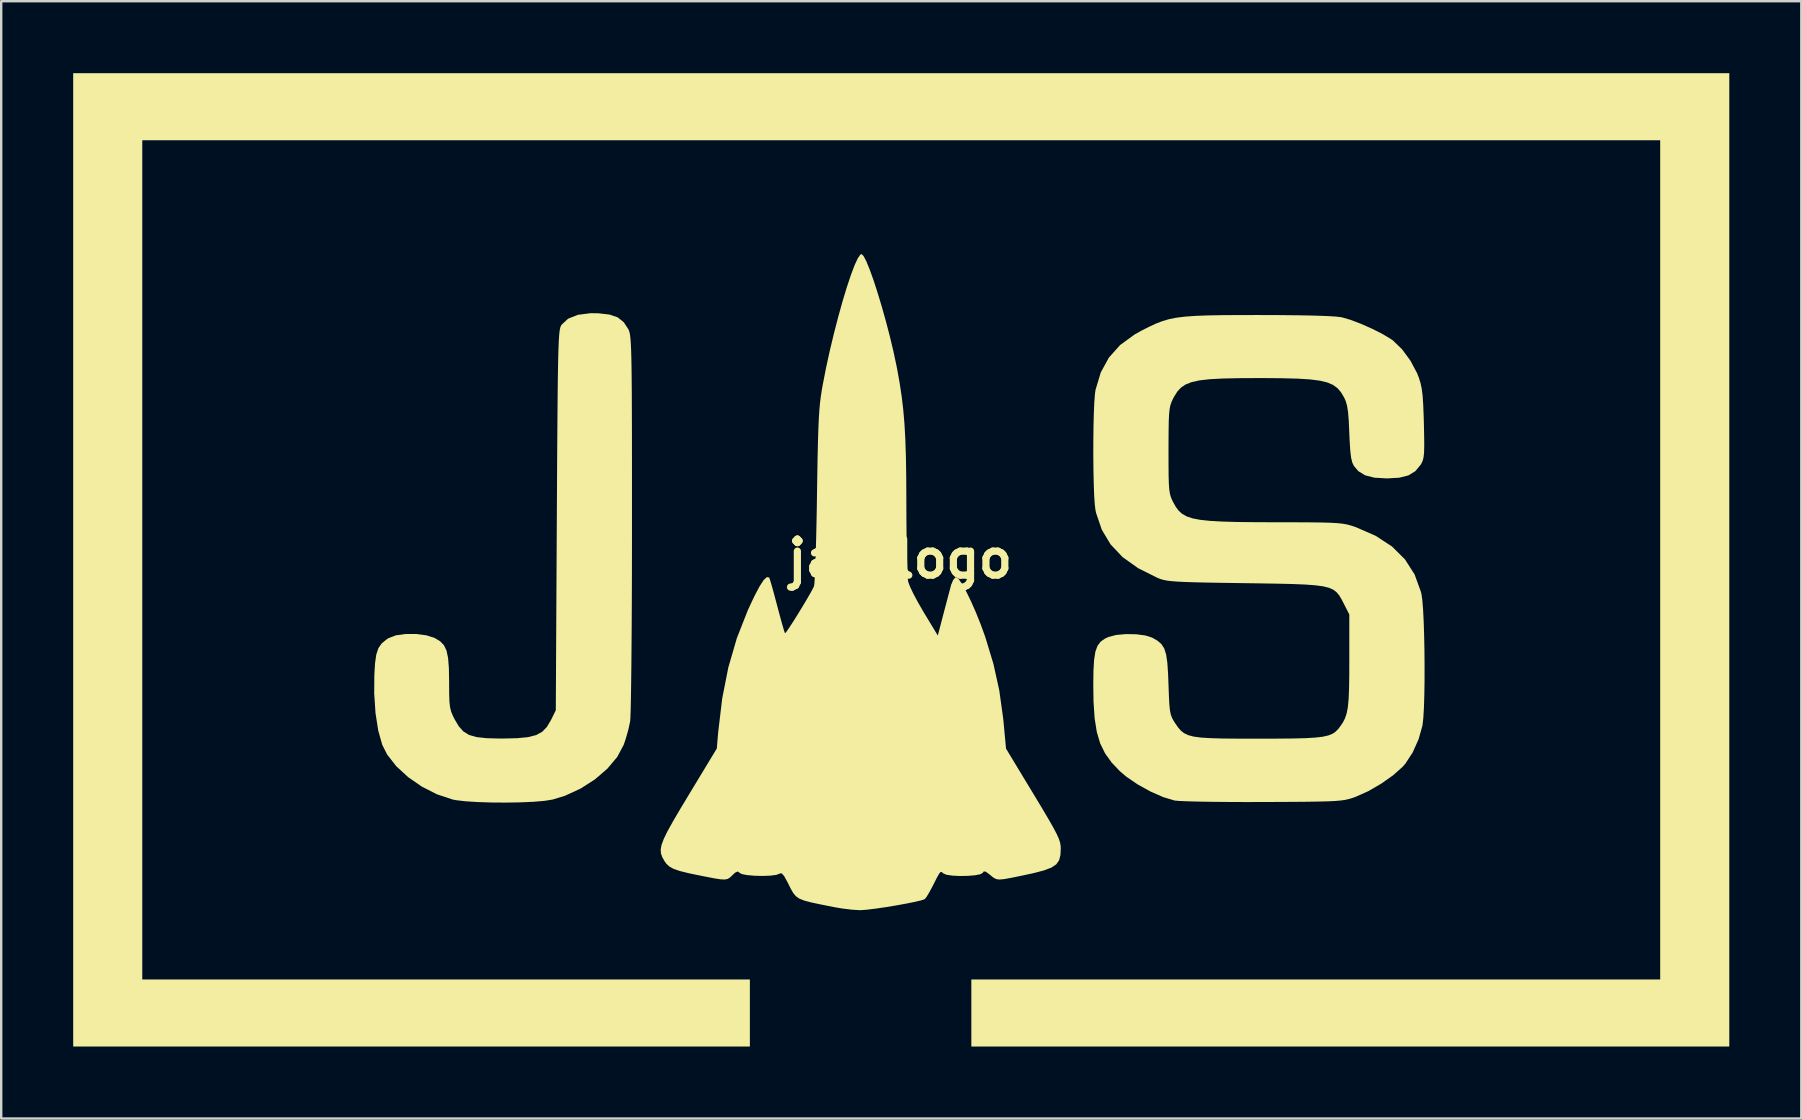
<source format=kicad_pcb>
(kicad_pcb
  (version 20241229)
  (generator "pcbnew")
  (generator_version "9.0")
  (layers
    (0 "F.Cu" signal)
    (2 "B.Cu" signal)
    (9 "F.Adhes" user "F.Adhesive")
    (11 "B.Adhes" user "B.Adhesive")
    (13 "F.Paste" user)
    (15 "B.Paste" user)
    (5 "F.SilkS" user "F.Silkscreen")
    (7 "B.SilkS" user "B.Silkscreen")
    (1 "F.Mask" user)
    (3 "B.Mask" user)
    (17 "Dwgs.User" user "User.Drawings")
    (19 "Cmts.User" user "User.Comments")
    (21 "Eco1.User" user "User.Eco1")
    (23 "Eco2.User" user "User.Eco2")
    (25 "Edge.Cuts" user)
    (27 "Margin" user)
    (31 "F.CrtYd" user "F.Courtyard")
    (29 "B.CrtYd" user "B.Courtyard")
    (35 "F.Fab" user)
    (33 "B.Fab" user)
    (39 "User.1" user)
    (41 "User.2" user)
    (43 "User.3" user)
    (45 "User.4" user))
  (footprint "jas_logo"
    (layer "F.Cu")
    (at 34.459 20.235)
    (property "Reference" "jas_logo" (at 0 0 0) (layer "F.SilkS") (effects (font (size 1.5 1.5) (thickness 0.3))))
    (attr board_only exclude_from_pos_files exclude_from_bom)
    (fp_poly (pts (xy 34.544 0.042) (xy 34.544 20.32) (xy 18.754 20.32) (xy 2.963 20.32) (xy 2.963 18.923) (xy 2.963 17.526) (xy 17.314 17.526) (xy 31.665 17.526) (xy 31.665 0.042) (xy 31.665 -17.441) (xy 0.042 -17.441) (xy -31.581 -17.441) (xy -31.581 0.042) (xy -31.581 17.526) (xy -18.923 17.526) (xy -6.265 17.526) (xy -6.265 18.923) (xy -6.265 20.32) (xy -20.362 20.32) (xy -34.459 20.32) (xy -34.459 0.042) (xy -34.459 -20.235) (xy 0.042 -20.235) (xy 34.544 -20.235)) (stroke (width 0) (type solid)) (fill yes) (layer "F.SilkS"))
    (fp_poly (pts (xy -12.582 -10.232) (xy -12.113 -10.178) (xy -11.771 -10.061) (xy -11.519 -9.859) (xy -11.324 -9.561) (xy -11.299 -9.503) (xy -11.277 -9.427) (xy -11.257 -9.323) (xy -11.241 -9.18) (xy -11.226 -8.987) (xy -11.214 -8.734) (xy -11.204 -8.411) (xy -11.196 -8.007) (xy -11.19 -7.511) (xy -11.185 -6.914) (xy -11.182 -6.203) (xy -11.179 -5.37) (xy -11.178 -4.403) (xy -11.177 -3.292) (xy -11.177 -2.026) (xy -11.177 -1.482) (xy -11.178 -0.337) (xy -11.18 0.768) (xy -11.184 1.818) (xy -11.189 2.803) (xy -11.196 3.709) (xy -11.203 4.522) (xy -11.212 5.232) (xy -11.221 5.824) (xy -11.231 6.286) (xy -11.242 6.605) (xy -11.253 6.768) (xy -11.254 6.773) (xy -11.33 7.123) (xy -11.443 7.518) (xy -11.521 7.747) (xy -11.79 8.252) (xy -12.199 8.739) (xy -12.718 9.187) (xy -13.318 9.572) (xy -13.968 9.871) (xy -14.487 10.03) (xy -14.819 10.083) (xy -15.28 10.122) (xy -15.829 10.146) (xy -16.427 10.156) (xy -17.034 10.152) (xy -17.611 10.133) (xy -18.117 10.101) (xy -18.514 10.054) (xy -18.657 10.026) (xy -19.306 9.809) (xy -19.933 9.49) (xy -20.507 9.092) (xy -20.999 8.639) (xy -21.377 8.155) (xy -21.581 7.751) (xy -21.75 7.153) (xy -21.863 6.427) (xy -21.917 5.608) (xy -21.912 4.857) (xy -21.883 4.355) (xy -21.831 3.988) (xy -21.743 3.722) (xy -21.606 3.524) (xy -21.406 3.36) (xy -21.31 3.298) (xy -21.009 3.186) (xy -20.608 3.13) (xy -20.165 3.13) (xy -19.741 3.187) (xy -19.394 3.299) (xy -19.379 3.307) (xy -19.166 3.438) (xy -19.011 3.6) (xy -18.905 3.82) (xy -18.84 4.126) (xy -18.806 4.543) (xy -18.796 5.1) (xy -18.796 5.152) (xy -18.794 5.61) (xy -18.783 5.938) (xy -18.758 6.175) (xy -18.712 6.363) (xy -18.64 6.54) (xy -18.563 6.692) (xy -18.391 6.98) (xy -18.202 7.191) (xy -17.967 7.336) (xy -17.657 7.426) (xy -17.243 7.472) (xy -16.696 7.487) (xy -16.552 7.487) (xy -15.96 7.473) (xy -15.509 7.429) (xy -15.17 7.343) (xy -14.918 7.206) (xy -14.724 7.006) (xy -14.561 6.733) (xy -14.55 6.713) (xy -14.351 6.308) (xy -14.309 -1.609) (xy -14.301 -2.947) (xy -14.295 -4.127) (xy -14.288 -5.158) (xy -14.281 -6.051) (xy -14.274 -6.816) (xy -14.267 -7.463) (xy -14.258 -8.004) (xy -14.249 -8.447) (xy -14.238 -8.805) (xy -14.226 -9.086) (xy -14.212 -9.302) (xy -14.196 -9.463) (xy -14.178 -9.579) (xy -14.157 -9.66) (xy -14.133 -9.717) (xy -14.111 -9.753) (xy -13.84 -10.005) (xy -13.435 -10.167) (xy -12.908 -10.235)) (stroke (width 0) (type solid)) (fill yes) (layer "F.SilkS"))
    (fp_poly (pts (xy -1.53 -12.621) (xy -1.413 -12.399) (xy -1.272 -12.054) (xy -1.112 -11.609) (xy -0.942 -11.084) (xy -0.766 -10.502) (xy -0.593 -9.884) (xy -0.428 -9.251) (xy -0.279 -8.625) (xy -0.152 -8.027) (xy -0.124 -7.885) (xy -0.022 -7.314) (xy 0.061 -6.766) (xy 0.126 -6.214) (xy 0.176 -5.631) (xy 0.212 -4.991) (xy 0.236 -4.266) (xy 0.25 -3.43) (xy 0.255 -2.455) (xy 0.255 -2.286) (xy 0.258 -1.584) (xy 0.265 -0.924) (xy 0.275 -0.328) (xy 0.288 0.183) (xy 0.303 0.585) (xy 0.32 0.856) (xy 0.333 0.959) (xy 0.406 1.155) (xy 0.549 1.455) (xy 0.743 1.818) (xy 0.967 2.206) (xy 0.987 2.24) (xy 1.566 3.195) (xy 1.79 2.338) (xy 1.896 1.935) (xy 1.997 1.551) (xy 2.079 1.243) (xy 2.111 1.122) (xy 2.201 0.887) (xy 2.303 0.769) (xy 2.331 0.762) (xy 2.432 0.838) (xy 2.577 1.049) (xy 2.754 1.37) (xy 2.952 1.776) (xy 3.158 2.244) (xy 3.36 2.748) (xy 3.546 3.264) (xy 3.546 3.264) (xy 3.884 4.38) (xy 4.126 5.477) (xy 4.288 6.636) (xy 4.314 6.896) (xy 4.408 7.907) (xy 5.548 9.791) (xy 5.899 10.373) (xy 6.17 10.831) (xy 6.372 11.184) (xy 6.514 11.454) (xy 6.607 11.659) (xy 6.66 11.82) (xy 6.684 11.957) (xy 6.689 12.064) (xy 6.675 12.343) (xy 6.62 12.56) (xy 6.502 12.728) (xy 6.3 12.864) (xy 5.991 12.981) (xy 5.556 13.095) (xy 5.045 13.205) (xy 4.623 13.291) (xy 4.331 13.344) (xy 4.135 13.362) (xy 4.001 13.344) (xy 3.893 13.289) (xy 3.777 13.196) (xy 3.741 13.166) (xy 3.571 13.038) (xy 3.481 13.022) (xy 3.441 13.081) (xy 3.338 13.142) (xy 3.113 13.185) (xy 2.812 13.209) (xy 2.484 13.214) (xy 2.174 13.199) (xy 1.928 13.163) (xy 1.796 13.108) (xy 1.735 13.052) (xy 1.685 13.046) (xy 1.623 13.115) (xy 1.528 13.284) (xy 1.38 13.577) (xy 1.367 13.604) (xy 1.223 13.874) (xy 1.1 14.08) (xy 1.022 14.178) (xy 1.022 14.178) (xy 0.878 14.229) (xy 0.604 14.294) (xy 0.238 14.367) (xy -0.182 14.443) (xy -0.618 14.515) (xy -1.033 14.575) (xy -1.388 14.618) (xy -1.645 14.638) (xy -1.693 14.638) (xy -2.031 14.616) (xy -2.435 14.566) (xy -2.752 14.511) (xy -3.297 14.403) (xy -3.703 14.317) (xy -3.996 14.24) (xy -4.202 14.158) (xy -4.348 14.056) (xy -4.46 13.922) (xy -4.563 13.74) (xy -4.684 13.497) (xy -4.696 13.473) (xy -4.838 13.215) (xy -4.941 13.101) (xy -5.018 13.112) (xy -5.019 13.113) (xy -5.158 13.167) (xy -5.413 13.2) (xy -5.735 13.212) (xy -6.073 13.204) (xy -6.378 13.177) (xy -6.601 13.133) (xy -6.682 13.089) (xy -6.769 13.026) (xy -6.877 13.074) (xy -6.985 13.173) (xy -7.087 13.272) (xy -7.183 13.334) (xy -7.303 13.361) (xy -7.481 13.353) (xy -7.75 13.311) (xy -8.141 13.236) (xy -8.307 13.203) (xy -8.815 13.098) (xy -9.185 13.006) (xy -9.446 12.916) (xy -9.625 12.816) (xy -9.752 12.694) (xy -9.831 12.58) (xy -9.918 12.422) (xy -9.97 12.271) (xy -9.981 12.106) (xy -9.943 11.91) (xy -9.85 11.663) (xy -9.695 11.346) (xy -9.47 10.941) (xy -9.169 10.428) (xy -8.817 9.843) (xy -7.642 7.902) (xy -7.586 7.232) (xy -7.418 5.821) (xy -7.162 4.523) (xy -6.807 3.303) (xy -6.343 2.124) (xy -6.081 1.565) (xy -5.861 1.146) (xy -5.687 0.88) (xy -5.555 0.76) (xy -5.461 0.776) (xy -5.428 0.867) (xy -5.361 1.09) (xy -5.27 1.416) (xy -5.164 1.814) (xy -5.131 1.939) (xy -5.021 2.351) (xy -4.925 2.701) (xy -4.85 2.958) (xy -4.806 3.091) (xy -4.801 3.102) (xy -4.748 3.046) (xy -4.63 2.877) (xy -4.465 2.623) (xy -4.273 2.317) (xy -4.073 1.99) (xy -3.884 1.673) (xy -3.726 1.399) (xy -3.618 1.197) (xy -3.593 1.143) (xy -3.576 1.024) (xy -3.558 0.755) (xy -3.54 0.353) (xy -3.522 -0.163) (xy -3.505 -0.774) (xy -3.489 -1.462) (xy -3.475 -2.208) (xy -3.469 -2.625) (xy -3.455 -3.527) (xy -3.442 -4.28) (xy -3.427 -4.903) (xy -3.411 -5.417) (xy -3.392 -5.84) (xy -3.369 -6.194) (xy -3.342 -6.498) (xy -3.308 -6.772) (xy -3.267 -7.035) (xy -3.231 -7.239) (xy -3.094 -7.942) (xy -2.937 -8.661) (xy -2.766 -9.376) (xy -2.587 -10.069) (xy -2.406 -10.72) (xy -2.227 -11.31) (xy -2.058 -11.82) (xy -1.903 -12.231) (xy -1.768 -12.524) (xy -1.659 -12.679) (xy -1.616 -12.7)) (stroke (width 0) (type solid)) (fill yes) (layer "F.SilkS"))
    (fp_poly (pts (xy 15.806 -10.156) (xy 16.586 -10.148) (xy 17.246 -10.135) (xy 17.775 -10.117) (xy 18.158 -10.094) (xy 18.385 -10.067) (xy 18.39 -10.066) (xy 18.753 -9.962) (xy 19.197 -9.793) (xy 19.667 -9.585) (xy 20.104 -9.363) (xy 20.451 -9.154) (xy 20.528 -9.099) (xy 20.908 -8.734) (xy 21.257 -8.259) (xy 21.536 -7.735) (xy 21.604 -7.563) (xy 21.674 -7.343) (xy 21.726 -7.105) (xy 21.764 -6.815) (xy 21.79 -6.441) (xy 21.81 -5.948) (xy 21.819 -5.63) (xy 21.83 -5.099) (xy 21.834 -4.708) (xy 21.826 -4.429) (xy 21.806 -4.233) (xy 21.771 -4.093) (xy 21.719 -3.979) (xy 21.683 -3.92) (xy 21.461 -3.652) (xy 21.172 -3.476) (xy 20.787 -3.38) (xy 20.278 -3.351) (xy 19.759 -3.382) (xy 19.371 -3.48) (xy 19.084 -3.657) (xy 18.903 -3.871) (xy 18.837 -4.008) (xy 18.788 -4.207) (xy 18.752 -4.497) (xy 18.726 -4.909) (xy 18.711 -5.245) (xy 18.689 -5.744) (xy 18.66 -6.108) (xy 18.619 -6.373) (xy 18.562 -6.574) (xy 18.494 -6.726) (xy 18.367 -6.938) (xy 18.221 -7.11) (xy 18.036 -7.246) (xy 17.795 -7.349) (xy 17.479 -7.425) (xy 17.07 -7.477) (xy 16.55 -7.509) (xy 15.9 -7.526) (xy 15.103 -7.532) (xy 14.944 -7.532) (xy 14.119 -7.528) (xy 13.445 -7.514) (xy 12.903 -7.485) (xy 12.476 -7.437) (xy 12.144 -7.365) (xy 11.89 -7.265) (xy 11.696 -7.133) (xy 11.542 -6.965) (xy 11.411 -6.755) (xy 11.372 -6.682) (xy 11.308 -6.548) (xy 11.26 -6.412) (xy 11.226 -6.25) (xy 11.203 -6.034) (xy 11.189 -5.738) (xy 11.182 -5.337) (xy 11.179 -4.804) (xy 11.178 -4.526) (xy 11.179 -3.929) (xy 11.182 -3.474) (xy 11.192 -3.136) (xy 11.21 -2.889) (xy 11.239 -2.707) (xy 11.28 -2.564) (xy 11.336 -2.433) (xy 11.367 -2.372) (xy 11.476 -2.175) (xy 11.597 -2.011) (xy 11.743 -1.877) (xy 11.932 -1.77) (xy 12.179 -1.687) (xy 12.5 -1.625) (xy 12.911 -1.582) (xy 13.428 -1.553) (xy 14.067 -1.535) (xy 14.844 -1.527) (xy 15.748 -1.524) (xy 16.493 -1.523) (xy 17.09 -1.52) (xy 17.561 -1.514) (xy 17.926 -1.504) (xy 18.207 -1.488) (xy 18.425 -1.466) (xy 18.602 -1.435) (xy 18.76 -1.394) (xy 18.918 -1.343) (xy 18.986 -1.319) (xy 19.811 -0.959) (xy 20.492 -0.513) (xy 21.031 0.023) (xy 21.432 0.65) (xy 21.695 1.373) (xy 21.714 1.447) (xy 21.752 1.701) (xy 21.784 2.094) (xy 21.81 2.596) (xy 21.829 3.177) (xy 21.842 3.807) (xy 21.847 4.455) (xy 21.846 5.093) (xy 21.837 5.689) (xy 21.82 6.213) (xy 21.795 6.636) (xy 21.762 6.927) (xy 21.759 6.946) (xy 21.599 7.515) (xy 21.353 8.064) (xy 21.05 8.53) (xy 20.929 8.668) (xy 20.536 9.018) (xy 20.04 9.368) (xy 19.504 9.679) (xy 18.987 9.911) (xy 18.96 9.921) (xy 18.818 9.971) (xy 18.68 10.011) (xy 18.531 10.044) (xy 18.349 10.069) (xy 18.119 10.089) (xy 17.821 10.103) (xy 17.436 10.113) (xy 16.947 10.121) (xy 16.336 10.126) (xy 15.583 10.13) (xy 15.113 10.132) (xy 14.365 10.133) (xy 13.657 10.13) (xy 13.01 10.124) (xy 12.444 10.115) (xy 11.981 10.103) (xy 11.642 10.089) (xy 11.448 10.072) (xy 11.431 10.069) (xy 10.956 9.927) (xy 10.423 9.692) (xy 9.889 9.396) (xy 9.412 9.07) (xy 9.154 8.85) (xy 8.805 8.482) (xy 8.534 8.104) (xy 8.332 7.69) (xy 8.19 7.211) (xy 8.1 6.642) (xy 8.054 5.955) (xy 8.044 5.266) (xy 8.051 4.663) (xy 8.078 4.204) (xy 8.132 3.865) (xy 8.221 3.621) (xy 8.353 3.448) (xy 8.535 3.321) (xy 8.677 3.255) (xy 8.995 3.172) (xy 9.4 3.135) (xy 9.829 3.142) (xy 10.218 3.193) (xy 10.493 3.281) (xy 10.717 3.409) (xy 10.882 3.551) (xy 11 3.733) (xy 11.079 3.983) (xy 11.129 4.329) (xy 11.161 4.799) (xy 11.176 5.198) (xy 11.194 5.696) (xy 11.213 6.056) (xy 11.238 6.313) (xy 11.276 6.497) (xy 11.332 6.642) (xy 11.411 6.78) (xy 11.457 6.85) (xy 11.574 7.019) (xy 11.69 7.156) (xy 11.825 7.263) (xy 11.996 7.345) (xy 12.223 7.405) (xy 12.525 7.446) (xy 12.919 7.471) (xy 13.425 7.486) (xy 14.063 7.492) (xy 14.849 7.493) (xy 14.901 7.493) (xy 15.706 7.491) (xy 16.36 7.485) (xy 16.882 7.472) (xy 17.289 7.448) (xy 17.6 7.412) (xy 17.833 7.36) (xy 18.007 7.291) (xy 18.14 7.201) (xy 18.251 7.087) (xy 18.32 6.999) (xy 18.44 6.824) (xy 18.533 6.644) (xy 18.602 6.436) (xy 18.651 6.176) (xy 18.683 5.839) (xy 18.701 5.403) (xy 18.71 4.841) (xy 18.711 4.236) (xy 18.711 2.316) (xy 18.479 1.861) (xy 18.38 1.671) (xy 18.285 1.513) (xy 18.177 1.386) (xy 18.041 1.284) (xy 17.86 1.205) (xy 17.617 1.145) (xy 17.297 1.102) (xy 16.882 1.071) (xy 16.357 1.049) (xy 15.705 1.034) (xy 14.91 1.021) (xy 14.351 1.013) (xy 13.523 1.001) (xy 12.847 0.99) (xy 12.303 0.978) (xy 11.875 0.964) (xy 11.544 0.948) (xy 11.292 0.928) (xy 11.1 0.904) (xy 10.952 0.873) (xy 10.828 0.835) (xy 10.712 0.789) (xy 10.71 0.788) (xy 9.911 0.388) (xy 9.265 -0.073) (xy 8.764 -0.603) (xy 8.399 -1.213) (xy 8.161 -1.91) (xy 8.138 -2.015) (xy 8.106 -2.259) (xy 8.081 -2.641) (xy 8.063 -3.129) (xy 8.051 -3.692) (xy 8.045 -4.299) (xy 8.046 -4.917) (xy 8.053 -5.515) (xy 8.067 -6.062) (xy 8.087 -6.526) (xy 8.114 -6.876) (xy 8.138 -7.044) (xy 8.357 -7.77) (xy 8.694 -8.385) (xy 9.16 -8.907) (xy 9.769 -9.351) (xy 10.064 -9.515) (xy 10.375 -9.672) (xy 10.654 -9.801) (xy 10.923 -9.905) (xy 11.202 -9.987) (xy 11.512 -10.048) (xy 11.872 -10.093) (xy 12.305 -10.124) (xy 12.829 -10.143) (xy 13.467 -10.154) (xy 14.237 -10.158) (xy 14.918 -10.159)) (stroke (width 0) (type solid)) (fill yes) (layer "F.SilkS")))
  (gr_rect
    (start -3 -3)
    (end 72.003 43.555)
    (stroke (width 0.1) (type default))
    (fill no)
    (layer "Edge.Cuts")))
</source>
